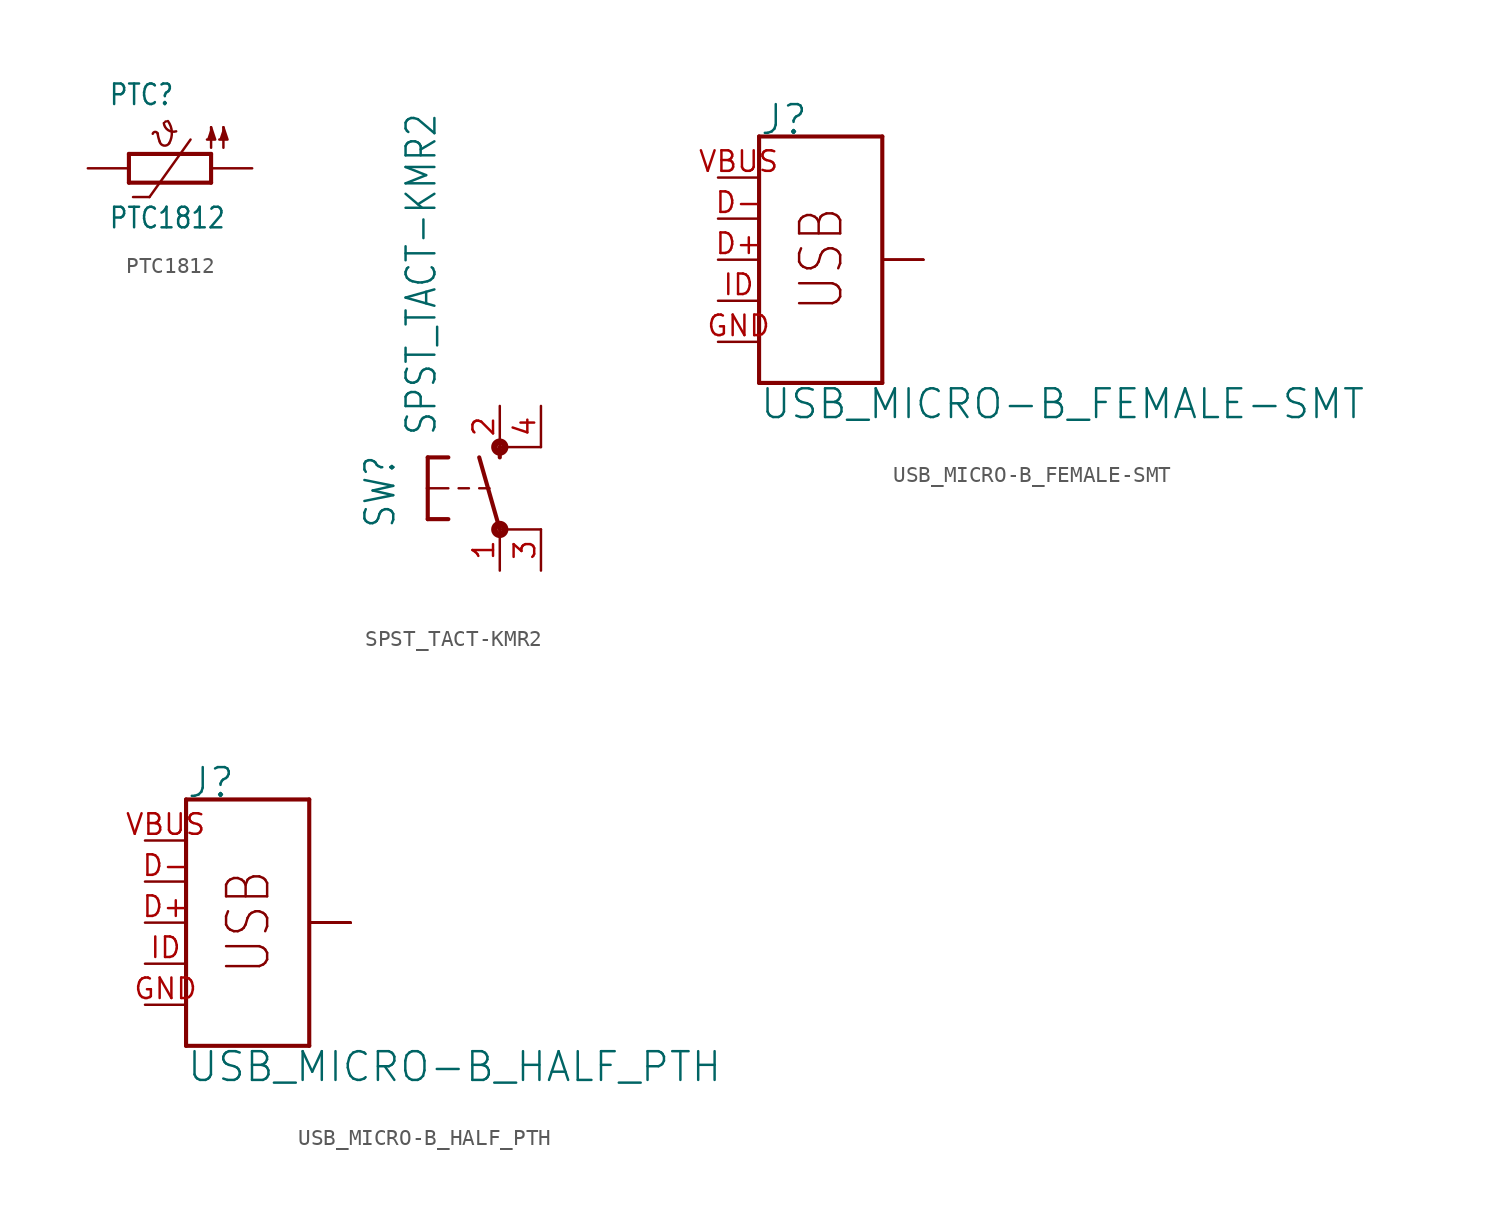
<source format=kicad_sym>
(kicad_symbol_lib
  (version 20211014)
  (generator kicad_symbol_editor)
  (symbol "PTC1812"
    (property "Reference" "PTC"
      (at -3.81 3.81 0)
      (effects (font (size 1.27 1.079)) (justify left bottom)))
    (property "Value" "PTC1812"
      (at -3.81 -3.81 0)
      (effects (font (size 1.27 1.079)) (justify left bottom)))
    (property "ki_locked" ""
      (at 0 0 0)
      (effects (font (size 1.27 1.27))))
    (symbol "PTC1812_1_0"
      (arc (start -0.762 2.159) (mid -0.9236 2.2564) (end -1.0668 2.1336) (stroke (width 0.1524) (type default) (color 0 0 0 0)) (fill (type none)))
      (arc (start -0.762 2.159) (mid -0.7166 1.9005) (end -0.635 1.651) (stroke (width 0.1524) (type default) (color 0 0 0 0)) (fill (type none)))
      (arc (start -0.635 1.651) (mid -0.3771 1.4038) (end -0.0508 1.5494) (stroke (width 0.1524) (type default) (color 0 0 0 0)) (fill (type none)))
      (arc (start -0.381 2.794) (mid -0.1187 2.3619) (end 0.381 2.286) (stroke (width 0.1524) (type default) (color 0 0 0 0)) (fill (type none)))
      (arc (start -0.1264 2.9217) (mid -0.2986 2.9466) (end -0.3819 2.7939) (stroke (width 0.0001) (type default) (color 0 0 0 0)) (fill (type outline)))
      (arc (start -0.0508 1.5494) (mid 0.1132 2.2464) (end -0.127 2.921) (stroke (width 0.1524) (type default) (color 0 0 0 0)) (fill (type none)))
      (polyline (pts (xy -2.54 -0.889) (xy 2.54 -0.889)) (stroke (width 0.254) (type default) (color 0 0 0 0)) (fill (type none)))
      (polyline (pts (xy -2.54 0.889) (xy -2.54 -0.889)) (stroke (width 0.254) (type default) (color 0 0 0 0)) (fill (type none)))
      (polyline (pts (xy -1.27 -1.778) (xy -2.286 -1.778)) (stroke (width 0.152) (type default) (color 0 0 0 0)) (fill (type none)))
      (polyline (pts (xy 1.27 1.778) (xy -1.27 -1.778)) (stroke (width 0.152) (type default) (color 0 0 0 0)) (fill (type none)))
      (polyline (pts (xy 2.54 0.889) (xy -2.54 0.889)) (stroke (width 0.254) (type default) (color 0 0 0 0)) (fill (type none)))
      (polyline (pts (xy 2.54 0.889) (xy 2.54 -0.889)) (stroke (width 0.254) (type default) (color 0 0 0 0)) (fill (type none)))
      (polyline (pts (xy 2.54 2.54) (xy 2.54 1.27)) (stroke (width 0.152) (type default) (color 0 0 0 0)) (fill (type none)))
      (polyline (pts (xy 3.302 2.54) (xy 3.302 1.27)) (stroke (width 0.152) (type default) (color 0 0 0 0)) (fill (type none)))
      (polyline (pts (xy 2.54 2.54) (xy 2.794 1.778) (xy 2.286 1.778)) (stroke (width 0) (type default) (color 0 0 0 0)) (fill (type outline)))
      (polyline (pts (xy 3.302 2.54) (xy 3.556 1.778) (xy 3.048 1.778)) (stroke (width 0) (type default) (color 0 0 0 0)) (fill (type outline)))
      (pin passive line (at 5.08 0 180) (length 2.54) (name "1" (effects (font (size 0 0)))) (number "P$1" (effects (font (size 0 0)))))
      (pin passive line (at -5.08 0 0) (length 2.54) (name "2" (effects (font (size 0 0)))) (number "P$2" (effects (font (size 0 0)))))))
  (symbol "SPST_TACT-KMR2"
    (property "Reference" "SW"
      (at -6.35 -2.54 90)
      (effects (font (size 1.778 1.511)) (justify left bottom)))
    (property "Value" "SPST_TACT-KMR2"
      (at -3.81 3.175 90)
      (effects (font (size 1.778 1.511)) (justify left bottom)))
    (property "ki_locked" ""
      (at 0 0 0)
      (effects (font (size 1.27 1.27))))
    (symbol "SPST_TACT-KMR2_1_0"
      (circle (center 0 -2.54) (radius 0.127) (stroke (width 0.406) (type default) (color 0 0 0 0)) (fill (type none)))
      (polyline (pts (xy -4.445 -1.905) (xy -3.175 -1.905)) (stroke (width 0.254) (type default) (color 0 0 0 0)) (fill (type none)))
      (polyline (pts (xy -4.445 0) (xy -4.445 -1.905)) (stroke (width 0.254) (type default) (color 0 0 0 0)) (fill (type none)))
      (polyline (pts (xy -4.445 0) (xy -3.175 0)) (stroke (width 0.152) (type default) (color 0 0 0 0)) (fill (type none)))
      (polyline (pts (xy -4.445 1.905) (xy -4.445 0)) (stroke (width 0.254) (type default) (color 0 0 0 0)) (fill (type none)))
      (polyline (pts (xy -4.445 1.905) (xy -3.175 1.905)) (stroke (width 0.254) (type default) (color 0 0 0 0)) (fill (type none)))
      (polyline (pts (xy -2.54 0) (xy -1.905 0)) (stroke (width 0.152) (type default) (color 0 0 0 0)) (fill (type none)))
      (polyline (pts (xy -1.27 0) (xy -0.635 0)) (stroke (width 0.152) (type default) (color 0 0 0 0)) (fill (type none)))
      (polyline (pts (xy 0 -2.54) (xy -1.27 1.905)) (stroke (width 0.254) (type default) (color 0 0 0 0)) (fill (type none)))
      (polyline (pts (xy 0 1.905) (xy 0 2.54)) (stroke (width 0.254) (type default) (color 0 0 0 0)) (fill (type none)))
      (polyline (pts (xy 2.54 -2.54) (xy 0 -2.54)) (stroke (width 0.152) (type default) (color 0 0 0 0)) (fill (type none)))
      (polyline (pts (xy 2.54 2.54) (xy 0 2.54)) (stroke (width 0.152) (type default) (color 0 0 0 0)) (fill (type none)))
      (circle (center 0 2.54) (radius 0.127) (stroke (width 0.406) (type default) (color 0 0 0 0)) (fill (type none)))
      (pin passive line (at 0 -5.08 90) (length 2.54) (name "P" (effects (font (size 0 0)))) (number "1" (effects (font (size 1.27 1.27)))))
      (pin passive line (at 0 5.08 270) (length 2.54) (name "S" (effects (font (size 0 0)))) (number "2" (effects (font (size 1.27 1.27)))))
      (pin passive line (at 2.54 -5.08 90) (length 2.54) (name "P1" (effects (font (size 0 0)))) (number "3" (effects (font (size 1.27 1.27)))))
      (pin passive line (at 2.54 5.08 270) (length 2.54) (name "S1" (effects (font (size 0 0)))) (number "4" (effects (font (size 1.27 1.27)))))))
  (symbol "USB_MICRO-B_FEMALE-SMT"
    (property "Reference" "J"
      (at -2.54 7.62 0)
      (effects (font (size 1.778 1.778)) (justify left bottom)))
    (property "Value" "USB_MICRO-B_FEMALE-SMT"
      (at -2.54 -7.874 0)
      (effects (font (size 1.778 1.778)) (justify left top)))
    (property "ki_locked" ""
      (at 0 0 0)
      (effects (font (size 1.27 1.27))))
    (symbol "USB_MICRO-B_FEMALE-SMT_1_0"
      (polyline (pts (xy -2.54 -7.62) (xy 5.08 -7.62)) (stroke (width 0.254) (type default) (color 0 0 0 0)) (fill (type none)))
      (polyline (pts (xy -2.54 7.62) (xy -2.54 -7.62)) (stroke (width 0.254) (type default) (color 0 0 0 0)) (fill (type none)))
      (polyline (pts (xy 5.08 7.62) (xy -2.54 7.62)) (stroke (width 0.254) (type default) (color 0 0 0 0)) (fill (type none)))
      (polyline (pts (xy 5.08 7.62) (xy 5.08 -7.62)) (stroke (width 0.254) (type default) (color 0 0 0 0)) (fill (type none)))
      (text "USB" (at 2.794 -3.302 900) (effects (font (size 2.54 2.159)) (justify left bottom)))
      (pin bidirectional line (at -5.08 0 0) (length 2.54) (name "D+" (effects (font (size 0 0)))) (number "D+" (effects (font (size 1.27 1.27)))))
      (pin bidirectional line (at -5.08 2.54 0) (length 2.54) (name "D-" (effects (font (size 0 0)))) (number "D-" (effects (font (size 1.27 1.27)))))
      (pin power_in line (at -5.08 -5.08 0) (length 2.54) (name "GND" (effects (font (size 0 0)))) (number "GND" (effects (font (size 1.27 1.27)))))
      (pin bidirectional line (at -5.08 -2.54 0) (length 2.54) (name "ID" (effects (font (size 0 0)))) (number "ID" (effects (font (size 1.27 1.27)))))
      (pin bidirectional line (at 7.62 0 180) (length 2.54) (name "SHIELD" (effects (font (size 0 0)))) (number "SHIELD1" (effects (font (size 0 0)))))
      (pin bidirectional line (at 7.62 0 180) (length 2.54) (name "SHIELD" (effects (font (size 0 0)))) (number "SHIELD2" (effects (font (size 0 0)))))
      (pin bidirectional line (at 7.62 0 180) (length 2.54) (name "SHIELD" (effects (font (size 0 0)))) (number "SHIELD3" (effects (font (size 0 0)))))
      (pin power_in line (at -5.08 5.08 0) (length 2.54) (name "VBUS" (effects (font (size 0 0)))) (number "VBUS" (effects (font (size 1.27 1.27)))))))
  (symbol "USB_MICRO-B_HALF_PTH"
    (property "Reference" "J"
      (at -2.54 7.62 0)
      (effects (font (size 1.778 1.778)) (justify left bottom)))
    (property "Value" "USB_MICRO-B_HALF_PTH"
      (at -2.54 -7.874 0)
      (effects (font (size 1.778 1.778)) (justify left top)))
    (property "ki_locked" ""
      (at 0 0 0)
      (effects (font (size 1.27 1.27))))
    (symbol "USB_MICRO-B_HALF_PTH_1_0"
      (polyline (pts (xy -2.54 -7.62) (xy 5.08 -7.62)) (stroke (width 0.254) (type default) (color 0 0 0 0)) (fill (type none)))
      (polyline (pts (xy -2.54 7.62) (xy -2.54 -7.62)) (stroke (width 0.254) (type default) (color 0 0 0 0)) (fill (type none)))
      (polyline (pts (xy 5.08 7.62) (xy -2.54 7.62)) (stroke (width 0.254) (type default) (color 0 0 0 0)) (fill (type none)))
      (polyline (pts (xy 5.08 7.62) (xy 5.08 -7.62)) (stroke (width 0.254) (type default) (color 0 0 0 0)) (fill (type none)))
      (text "USB" (at 2.794 -3.302 900) (effects (font (size 2.54 2.159)) (justify left bottom)))
      (pin bidirectional line (at -5.08 0 0) (length 2.54) (name "D+" (effects (font (size 0 0)))) (number "D+" (effects (font (size 1.27 1.27)))))
      (pin bidirectional line (at -5.08 2.54 0) (length 2.54) (name "D-" (effects (font (size 0 0)))) (number "D-" (effects (font (size 1.27 1.27)))))
      (pin power_in line (at -5.08 -5.08 0) (length 2.54) (name "GND" (effects (font (size 0 0)))) (number "GND" (effects (font (size 1.27 1.27)))))
      (pin bidirectional line (at -5.08 -2.54 0) (length 2.54) (name "ID" (effects (font (size 0 0)))) (number "ID" (effects (font (size 1.27 1.27)))))
      (pin bidirectional line (at 7.62 0 180) (length 2.54) (name "SHIELD" (effects (font (size 0 0)))) (number "P$1" (effects (font (size 0 0)))))
      (pin bidirectional line (at 7.62 0 180) (length 2.54) (name "SHIELD" (effects (font (size 0 0)))) (number "P$10" (effects (font (size 0 0)))))
      (pin bidirectional line (at 7.62 0 180) (length 2.54) (name "SHIELD" (effects (font (size 0 0)))) (number "P$12" (effects (font (size 0 0)))))
      (pin bidirectional line (at 7.62 0 180) (length 2.54) (name "SHIELD" (effects (font (size 0 0)))) (number "P$2" (effects (font (size 0 0)))))
      (pin bidirectional line (at 7.62 0 180) (length 2.54) (name "SHIELD" (effects (font (size 0 0)))) (number "P$3" (effects (font (size 0 0)))))
      (pin bidirectional line (at 7.62 0 180) (length 2.54) (name "SHIELD" (effects (font (size 0 0)))) (number "P$4" (effects (font (size 0 0)))))
      (pin bidirectional line (at 7.62 0 180) (length 2.54) (name "SHIELD" (effects (font (size 0 0)))) (number "P$6" (effects (font (size 0 0)))))
      (pin bidirectional line (at 7.62 0 180) (length 2.54) (name "SHIELD" (effects (font (size 0 0)))) (number "P$8" (effects (font (size 0 0)))))
      (pin bidirectional line (at 7.62 0 180) (length 2.54) (name "SHIELD" (effects (font (size 0 0)))) (number "SHEILD2" (effects (font (size 0 0)))))
      (pin bidirectional line (at 7.62 0 180) (length 2.54) (name "SHIELD" (effects (font (size 0 0)))) (number "SHIELD" (effects (font (size 0 0)))))
      (pin bidirectional line (at 7.62 0 180) (length 2.54) (name "SHIELD" (effects (font (size 0 0)))) (number "SHIELD3" (effects (font (size 0 0)))))
      (pin bidirectional line (at 7.62 0 180) (length 2.54) (name "SHIELD" (effects (font (size 0 0)))) (number "SHIELD4" (effects (font (size 0 0)))))
      (pin power_in line (at -5.08 5.08 0) (length 2.54) (name "VBUS" (effects (font (size 0 0)))) (number "VBUS" (effects (font (size 1.27 1.27))))))))
</source>
